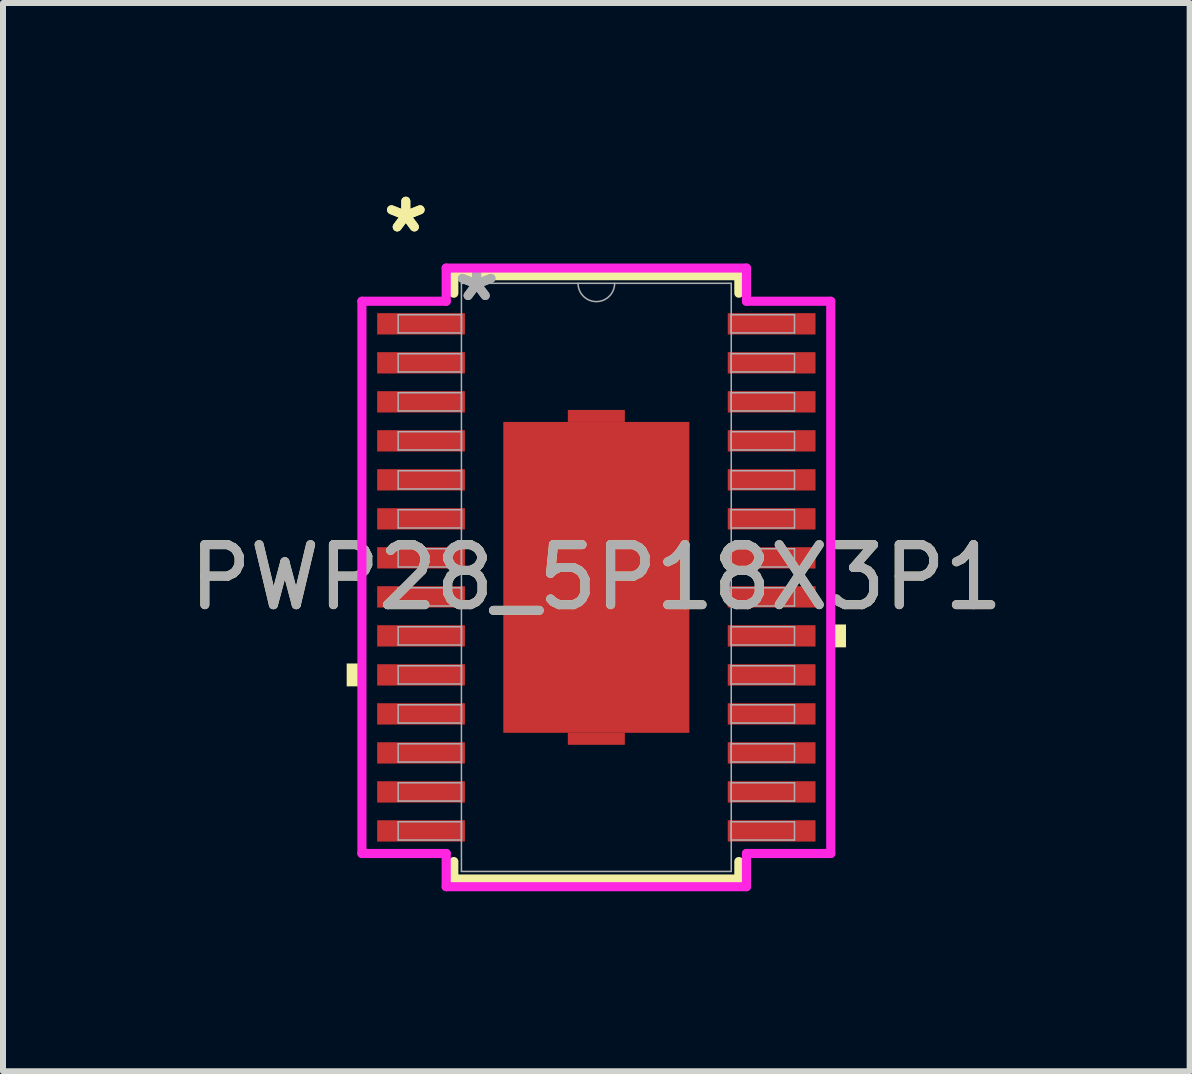
<source format=kicad_pcb>
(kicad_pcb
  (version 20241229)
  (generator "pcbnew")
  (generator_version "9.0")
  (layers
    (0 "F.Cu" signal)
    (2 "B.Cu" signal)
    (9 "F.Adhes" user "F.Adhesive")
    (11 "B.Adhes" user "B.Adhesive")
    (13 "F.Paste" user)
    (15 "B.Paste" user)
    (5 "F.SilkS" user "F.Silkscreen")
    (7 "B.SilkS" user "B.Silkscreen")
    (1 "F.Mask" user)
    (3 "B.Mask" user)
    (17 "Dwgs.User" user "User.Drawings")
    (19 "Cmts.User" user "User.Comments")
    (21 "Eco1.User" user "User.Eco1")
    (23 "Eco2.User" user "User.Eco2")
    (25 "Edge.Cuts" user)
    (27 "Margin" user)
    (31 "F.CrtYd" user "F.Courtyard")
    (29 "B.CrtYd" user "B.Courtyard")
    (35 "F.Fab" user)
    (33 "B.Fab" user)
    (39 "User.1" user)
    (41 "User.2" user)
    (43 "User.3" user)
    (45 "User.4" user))
  (footprint "PWP28_5P18X3P1"
    (layer "F.Cu")
    (at 6.887 6.571)
    (property "Reference" "PWP28_5P18X3P1" (at 0 0 0) (unlocked yes) (layer "F.SilkS") (effects (font (size 1 1) (thickness 0.15))))
    (attr smd)
    (fp_poly (pts (xy -0.475 -2.59) (xy -0.475 -2.79) (xy 0.475 -2.79) (xy 0.475 -2.59)) (stroke (width 0) (type solid)) (fill yes) (layer "F.Cu"))
    (fp_poly (pts (xy -0.475 2.59) (xy -0.475 2.79) (xy 0.475 2.79) (xy 0.475 2.59)) (stroke (width 0) (type solid)) (fill yes) (layer "F.Cu"))
    (fp_poly (pts (xy -0.475 -2.59) (xy -0.475 -2.79) (xy 0.475 -2.79) (xy 0.475 -2.59)) (stroke (width 0) (type solid)) (fill yes) (layer "F.Mask"))
    (fp_poly (pts (xy -0.475 2.59) (xy -0.475 2.79) (xy 0.475 2.79) (xy 0.475 2.59)) (stroke (width 0) (type solid)) (fill yes) (layer "F.Mask"))
    (fp_line (start -2.375 -5.027) (end -2.375 -4.735) (stroke (width 0.152) (type solid)) (layer "F.SilkS"))
    (fp_line (start -2.375 4.735) (end -2.375 5.027) (stroke (width 0.152) (type solid)) (layer "F.SilkS"))
    (fp_line (start -2.375 5.027) (end 2.375 5.027) (stroke (width 0.152) (type solid)) (layer "F.SilkS"))
    (fp_line (start 2.375 -5.027) (end -2.375 -5.027) (stroke (width 0.152) (type solid)) (layer "F.SilkS"))
    (fp_line (start 2.375 -4.735) (end 2.375 -5.027) (stroke (width 0.152) (type solid)) (layer "F.SilkS"))
    (fp_line (start 2.375 5.027) (end 2.375 4.735) (stroke (width 0.152) (type solid)) (layer "F.SilkS"))
    (fp_poly (pts (xy -4.16 1.435) (xy -4.16 1.816) (xy -3.906 1.816) (xy -3.906 1.435)) (stroke (width 0) (type solid)) (fill yes) (layer "F.SilkS"))
    (fp_poly (pts (xy 4.16 0.785) (xy 4.16 1.166) (xy 3.906 1.166) (xy 3.906 0.785)) (stroke (width 0) (type solid)) (fill yes) (layer "F.SilkS"))
    (fp_poly (pts (xy -1.45 -2.49) (xy -1.45 -1.395) (xy -0.1 -1.395) (xy -0.1 -2.49)) (stroke (width 0) (type solid)) (fill yes) (layer "F.Paste"))
    (fp_poly (pts (xy -1.45 -1.195) (xy -1.45 -0.1) (xy -0.1 -0.1) (xy -0.1 -1.195)) (stroke (width 0) (type solid)) (fill yes) (layer "F.Paste"))
    (fp_poly (pts (xy -1.45 0.1) (xy -1.45 1.195) (xy -0.1 1.195) (xy -0.1 0.1)) (stroke (width 0) (type solid)) (fill yes) (layer "F.Paste"))
    (fp_poly (pts (xy -1.45 1.395) (xy -1.45 2.49) (xy -0.1 2.49) (xy -0.1 1.395)) (stroke (width 0) (type solid)) (fill yes) (layer "F.Paste"))
    (fp_poly (pts (xy 0.1 -2.49) (xy 0.1 -1.395) (xy 1.45 -1.395) (xy 1.45 -2.49)) (stroke (width 0) (type solid)) (fill yes) (layer "F.Paste"))
    (fp_poly (pts (xy 0.1 -1.195) (xy 0.1 -0.1) (xy 1.45 -0.1) (xy 1.45 -1.195)) (stroke (width 0) (type solid)) (fill yes) (layer "F.Paste"))
    (fp_poly (pts (xy 0.1 0.1) (xy 0.1 1.195) (xy 1.45 1.195) (xy 1.45 0.1)) (stroke (width 0) (type solid)) (fill yes) (layer "F.Paste"))
    (fp_poly (pts (xy 0.1 1.395) (xy 0.1 2.49) (xy 1.45 2.49) (xy 1.45 1.395)) (stroke (width 0) (type solid)) (fill yes) (layer "F.Paste"))
    (fp_line (start -3.906 -4.601) (end -2.502 -4.601) (stroke (width 0.152) (type solid)) (layer "F.CrtYd"))
    (fp_line (start -3.906 4.601) (end -3.906 -4.601) (stroke (width 0.152) (type solid)) (layer "F.CrtYd"))
    (fp_line (start -3.906 4.601) (end -2.502 4.601) (stroke (width 0.152) (type solid)) (layer "F.CrtYd"))
    (fp_line (start -2.502 -5.154) (end 2.502 -5.154) (stroke (width 0.152) (type solid)) (layer "F.CrtYd"))
    (fp_line (start -2.502 -4.601) (end -2.502 -5.154) (stroke (width 0.152) (type solid)) (layer "F.CrtYd"))
    (fp_line (start -2.502 5.154) (end -2.502 4.601) (stroke (width 0.152) (type solid)) (layer "F.CrtYd"))
    (fp_line (start 2.502 -5.154) (end 2.502 -4.601) (stroke (width 0.152) (type solid)) (layer "F.CrtYd"))
    (fp_line (start 2.502 4.601) (end 2.502 5.154) (stroke (width 0.152) (type solid)) (layer "F.CrtYd"))
    (fp_line (start 2.502 5.154) (end -2.502 5.154) (stroke (width 0.152) (type solid)) (layer "F.CrtYd"))
    (fp_line (start 3.906 -4.601) (end 2.502 -4.601) (stroke (width 0.152) (type solid)) (layer "F.CrtYd"))
    (fp_line (start 3.906 -4.601) (end 3.906 4.601) (stroke (width 0.152) (type solid)) (layer "F.CrtYd"))
    (fp_line (start 3.906 4.601) (end 2.502 4.601) (stroke (width 0.152) (type solid)) (layer "F.CrtYd"))
    (fp_line (start -3.302 -4.377) (end -3.302 -4.073) (stroke (width 0.025) (type solid)) (layer "F.Fab"))
    (fp_line (start -3.302 -4.073) (end -2.248 -4.073) (stroke (width 0.025) (type solid)) (layer "F.Fab"))
    (fp_line (start -3.302 -3.727) (end -3.302 -3.423) (stroke (width 0.025) (type solid)) (layer "F.Fab"))
    (fp_line (start -3.302 -3.423) (end -2.248 -3.423) (stroke (width 0.025) (type solid)) (layer "F.Fab"))
    (fp_line (start -3.302 -3.077) (end -3.302 -2.773) (stroke (width 0.025) (type solid)) (layer "F.Fab"))
    (fp_line (start -3.302 -2.773) (end -2.248 -2.773) (stroke (width 0.025) (type solid)) (layer "F.Fab"))
    (fp_line (start -3.302 -2.427) (end -3.302 -2.123) (stroke (width 0.025) (type solid)) (layer "F.Fab"))
    (fp_line (start -3.302 -2.123) (end -2.248 -2.123) (stroke (width 0.025) (type solid)) (layer "F.Fab"))
    (fp_line (start -3.302 -1.777) (end -3.302 -1.473) (stroke (width 0.025) (type solid)) (layer "F.Fab"))
    (fp_line (start -3.302 -1.473) (end -2.248 -1.473) (stroke (width 0.025) (type solid)) (layer "F.Fab"))
    (fp_line (start -3.302 -1.127) (end -3.302 -0.823) (stroke (width 0.025) (type solid)) (layer "F.Fab"))
    (fp_line (start -3.302 -0.823) (end -2.248 -0.823) (stroke (width 0.025) (type solid)) (layer "F.Fab"))
    (fp_line (start -3.302 -0.477) (end -3.302 -0.173) (stroke (width 0.025) (type solid)) (layer "F.Fab"))
    (fp_line (start -3.302 -0.173) (end -2.248 -0.173) (stroke (width 0.025) (type solid)) (layer "F.Fab"))
    (fp_line (start -3.302 0.173) (end -3.302 0.477) (stroke (width 0.025) (type solid)) (layer "F.Fab"))
    (fp_line (start -3.302 0.477) (end -2.248 0.477) (stroke (width 0.025) (type solid)) (layer "F.Fab"))
    (fp_line (start -3.302 0.823) (end -3.302 1.127) (stroke (width 0.025) (type solid)) (layer "F.Fab"))
    (fp_line (start -3.302 1.127) (end -2.248 1.127) (stroke (width 0.025) (type solid)) (layer "F.Fab"))
    (fp_line (start -3.302 1.473) (end -3.302 1.777) (stroke (width 0.025) (type solid)) (layer "F.Fab"))
    (fp_line (start -3.302 1.777) (end -2.248 1.777) (stroke (width 0.025) (type solid)) (layer "F.Fab"))
    (fp_line (start -3.302 2.123) (end -3.302 2.427) (stroke (width 0.025) (type solid)) (layer "F.Fab"))
    (fp_line (start -3.302 2.427) (end -2.248 2.427) (stroke (width 0.025) (type solid)) (layer "F.Fab"))
    (fp_line (start -3.302 2.773) (end -3.302 3.077) (stroke (width 0.025) (type solid)) (layer "F.Fab"))
    (fp_line (start -3.302 3.077) (end -2.248 3.077) (stroke (width 0.025) (type solid)) (layer "F.Fab"))
    (fp_line (start -3.302 3.423) (end -3.302 3.727) (stroke (width 0.025) (type solid)) (layer "F.Fab"))
    (fp_line (start -3.302 3.727) (end -2.248 3.727) (stroke (width 0.025) (type solid)) (layer "F.Fab"))
    (fp_line (start -3.302 4.073) (end -3.302 4.377) (stroke (width 0.025) (type solid)) (layer "F.Fab"))
    (fp_line (start -3.302 4.377) (end -2.248 4.377) (stroke (width 0.025) (type solid)) (layer "F.Fab"))
    (fp_line (start -2.248 -4.9) (end -2.248 4.9) (stroke (width 0.025) (type solid)) (layer "F.Fab"))
    (fp_line (start -2.248 -4.377) (end -3.302 -4.377) (stroke (width 0.025) (type solid)) (layer "F.Fab"))
    (fp_line (start -2.248 -4.073) (end -2.248 -4.377) (stroke (width 0.025) (type solid)) (layer "F.Fab"))
    (fp_line (start -2.248 -3.727) (end -3.302 -3.727) (stroke (width 0.025) (type solid)) (layer "F.Fab"))
    (fp_line (start -2.248 -3.423) (end -2.248 -3.727) (stroke (width 0.025) (type solid)) (layer "F.Fab"))
    (fp_line (start -2.248 -3.077) (end -3.302 -3.077) (stroke (width 0.025) (type solid)) (layer "F.Fab"))
    (fp_line (start -2.248 -2.773) (end -2.248 -3.077) (stroke (width 0.025) (type solid)) (layer "F.Fab"))
    (fp_line (start -2.248 -2.427) (end -3.302 -2.427) (stroke (width 0.025) (type solid)) (layer "F.Fab"))
    (fp_line (start -2.248 -2.123) (end -2.248 -2.427) (stroke (width 0.025) (type solid)) (layer "F.Fab"))
    (fp_line (start -2.248 -1.777) (end -3.302 -1.777) (stroke (width 0.025) (type solid)) (layer "F.Fab"))
    (fp_line (start -2.248 -1.473) (end -2.248 -1.777) (stroke (width 0.025) (type solid)) (layer "F.Fab"))
    (fp_line (start -2.248 -1.127) (end -3.302 -1.127) (stroke (width 0.025) (type solid)) (layer "F.Fab"))
    (fp_line (start -2.248 -0.823) (end -2.248 -1.127) (stroke (width 0.025) (type solid)) (layer "F.Fab"))
    (fp_line (start -2.248 -0.477) (end -3.302 -0.477) (stroke (width 0.025) (type solid)) (layer "F.Fab"))
    (fp_line (start -2.248 -0.173) (end -2.248 -0.477) (stroke (width 0.025) (type solid)) (layer "F.Fab"))
    (fp_line (start -2.248 0.173) (end -3.302 0.173) (stroke (width 0.025) (type solid)) (layer "F.Fab"))
    (fp_line (start -2.248 0.477) (end -2.248 0.173) (stroke (width 0.025) (type solid)) (layer "F.Fab"))
    (fp_line (start -2.248 0.823) (end -3.302 0.823) (stroke (width 0.025) (type solid)) (layer "F.Fab"))
    (fp_line (start -2.248 1.127) (end -2.248 0.823) (stroke (width 0.025) (type solid)) (layer "F.Fab"))
    (fp_line (start -2.248 1.473) (end -3.302 1.473) (stroke (width 0.025) (type solid)) (layer "F.Fab"))
    (fp_line (start -2.248 1.777) (end -2.248 1.473) (stroke (width 0.025) (type solid)) (layer "F.Fab"))
    (fp_line (start -2.248 2.123) (end -3.302 2.123) (stroke (width 0.025) (type solid)) (layer "F.Fab"))
    (fp_line (start -2.248 2.427) (end -2.248 2.123) (stroke (width 0.025) (type solid)) (layer "F.Fab"))
    (fp_line (start -2.248 2.773) (end -3.302 2.773) (stroke (width 0.025) (type solid)) (layer "F.Fab"))
    (fp_line (start -2.248 3.077) (end -2.248 2.773) (stroke (width 0.025) (type solid)) (layer "F.Fab"))
    (fp_line (start -2.248 3.423) (end -3.302 3.423) (stroke (width 0.025) (type solid)) (layer "F.Fab"))
    (fp_line (start -2.248 3.727) (end -2.248 3.423) (stroke (width 0.025) (type solid)) (layer "F.Fab"))
    (fp_line (start -2.248 4.073) (end -3.302 4.073) (stroke (width 0.025) (type solid)) (layer "F.Fab"))
    (fp_line (start -2.248 4.377) (end -2.248 4.073) (stroke (width 0.025) (type solid)) (layer "F.Fab"))
    (fp_line (start -2.248 4.9) (end 2.248 4.9) (stroke (width 0.025) (type solid)) (layer "F.Fab"))
    (fp_line (start 2.248 -4.9) (end -2.248 -4.9) (stroke (width 0.025) (type solid)) (layer "F.Fab"))
    (fp_line (start 2.248 -4.377) (end 2.248 -4.073) (stroke (width 0.025) (type solid)) (layer "F.Fab"))
    (fp_line (start 2.248 -4.073) (end 3.302 -4.073) (stroke (width 0.025) (type solid)) (layer "F.Fab"))
    (fp_line (start 2.248 -3.727) (end 2.248 -3.423) (stroke (width 0.025) (type solid)) (layer "F.Fab"))
    (fp_line (start 2.248 -3.423) (end 3.302 -3.423) (stroke (width 0.025) (type solid)) (layer "F.Fab"))
    (fp_line (start 2.248 -3.077) (end 2.248 -2.773) (stroke (width 0.025) (type solid)) (layer "F.Fab"))
    (fp_line (start 2.248 -2.773) (end 3.302 -2.773) (stroke (width 0.025) (type solid)) (layer "F.Fab"))
    (fp_line (start 2.248 -2.427) (end 2.248 -2.123) (stroke (width 0.025) (type solid)) (layer "F.Fab"))
    (fp_line (start 2.248 -2.123) (end 3.302 -2.123) (stroke (width 0.025) (type solid)) (layer "F.Fab"))
    (fp_line (start 2.248 -1.777) (end 2.248 -1.473) (stroke (width 0.025) (type solid)) (layer "F.Fab"))
    (fp_line (start 2.248 -1.473) (end 3.302 -1.473) (stroke (width 0.025) (type solid)) (layer "F.Fab"))
    (fp_line (start 2.248 -1.127) (end 2.248 -0.823) (stroke (width 0.025) (type solid)) (layer "F.Fab"))
    (fp_line (start 2.248 -0.823) (end 3.302 -0.823) (stroke (width 0.025) (type solid)) (layer "F.Fab"))
    (fp_line (start 2.248 -0.477) (end 2.248 -0.173) (stroke (width 0.025) (type solid)) (layer "F.Fab"))
    (fp_line (start 2.248 -0.173) (end 3.302 -0.173) (stroke (width 0.025) (type solid)) (layer "F.Fab"))
    (fp_line (start 2.248 0.173) (end 2.248 0.477) (stroke (width 0.025) (type solid)) (layer "F.Fab"))
    (fp_line (start 2.248 0.477) (end 3.302 0.477) (stroke (width 0.025) (type solid)) (layer "F.Fab"))
    (fp_line (start 2.248 0.823) (end 2.248 1.127) (stroke (width 0.025) (type solid)) (layer "F.Fab"))
    (fp_line (start 2.248 1.127) (end 3.302 1.127) (stroke (width 0.025) (type solid)) (layer "F.Fab"))
    (fp_line (start 2.248 1.473) (end 2.248 1.777) (stroke (width 0.025) (type solid)) (layer "F.Fab"))
    (fp_line (start 2.248 1.777) (end 3.302 1.777) (stroke (width 0.025) (type solid)) (layer "F.Fab"))
    (fp_line (start 2.248 2.123) (end 2.248 2.427) (stroke (width 0.025) (type solid)) (layer "F.Fab"))
    (fp_line (start 2.248 2.427) (end 3.302 2.427) (stroke (width 0.025) (type solid)) (layer "F.Fab"))
    (fp_line (start 2.248 2.773) (end 2.248 3.077) (stroke (width 0.025) (type solid)) (layer "F.Fab"))
    (fp_line (start 2.248 3.077) (end 3.302 3.077) (stroke (width 0.025) (type solid)) (layer "F.Fab"))
    (fp_line (start 2.248 3.423) (end 2.248 3.727) (stroke (width 0.025) (type solid)) (layer "F.Fab"))
    (fp_line (start 2.248 3.727) (end 3.302 3.727) (stroke (width 0.025) (type solid)) (layer "F.Fab"))
    (fp_line (start 2.248 4.073) (end 2.248 4.377) (stroke (width 0.025) (type solid)) (layer "F.Fab"))
    (fp_line (start 2.248 4.377) (end 3.302 4.377) (stroke (width 0.025) (type solid)) (layer "F.Fab"))
    (fp_line (start 2.248 4.9) (end 2.248 -4.9) (stroke (width 0.025) (type solid)) (layer "F.Fab"))
    (fp_line (start 3.302 -4.377) (end 2.248 -4.377) (stroke (width 0.025) (type solid)) (layer "F.Fab"))
    (fp_line (start 3.302 -4.073) (end 3.302 -4.377) (stroke (width 0.025) (type solid)) (layer "F.Fab"))
    (fp_line (start 3.302 -3.727) (end 2.248 -3.727) (stroke (width 0.025) (type solid)) (layer "F.Fab"))
    (fp_line (start 3.302 -3.423) (end 3.302 -3.727) (stroke (width 0.025) (type solid)) (layer "F.Fab"))
    (fp_line (start 3.302 -3.077) (end 2.248 -3.077) (stroke (width 0.025) (type solid)) (layer "F.Fab"))
    (fp_line (start 3.302 -2.773) (end 3.302 -3.077) (stroke (width 0.025) (type solid)) (layer "F.Fab"))
    (fp_line (start 3.302 -2.427) (end 2.248 -2.427) (stroke (width 0.025) (type solid)) (layer "F.Fab"))
    (fp_line (start 3.302 -2.123) (end 3.302 -2.427) (stroke (width 0.025) (type solid)) (layer "F.Fab"))
    (fp_line (start 3.302 -1.777) (end 2.248 -1.777) (stroke (width 0.025) (type solid)) (layer "F.Fab"))
    (fp_line (start 3.302 -1.473) (end 3.302 -1.777) (stroke (width 0.025) (type solid)) (layer "F.Fab"))
    (fp_line (start 3.302 -1.127) (end 2.248 -1.127) (stroke (width 0.025) (type solid)) (layer "F.Fab"))
    (fp_line (start 3.302 -0.823) (end 3.302 -1.127) (stroke (width 0.025) (type solid)) (layer "F.Fab"))
    (fp_line (start 3.302 -0.477) (end 2.248 -0.477) (stroke (width 0.025) (type solid)) (layer "F.Fab"))
    (fp_line (start 3.302 -0.173) (end 3.302 -0.477) (stroke (width 0.025) (type solid)) (layer "F.Fab"))
    (fp_line (start 3.302 0.173) (end 2.248 0.173) (stroke (width 0.025) (type solid)) (layer "F.Fab"))
    (fp_line (start 3.302 0.477) (end 3.302 0.173) (stroke (width 0.025) (type solid)) (layer "F.Fab"))
    (fp_line (start 3.302 0.823) (end 2.248 0.823) (stroke (width 0.025) (type solid)) (layer "F.Fab"))
    (fp_line (start 3.302 1.127) (end 3.302 0.823) (stroke (width 0.025) (type solid)) (layer "F.Fab"))
    (fp_line (start 3.302 1.473) (end 2.248 1.473) (stroke (width 0.025) (type solid)) (layer "F.Fab"))
    (fp_line (start 3.302 1.777) (end 3.302 1.473) (stroke (width 0.025) (type solid)) (layer "F.Fab"))
    (fp_line (start 3.302 2.123) (end 2.248 2.123) (stroke (width 0.025) (type solid)) (layer "F.Fab"))
    (fp_line (start 3.302 2.427) (end 3.302 2.123) (stroke (width 0.025) (type solid)) (layer "F.Fab"))
    (fp_line (start 3.302 2.773) (end 2.248 2.773) (stroke (width 0.025) (type solid)) (layer "F.Fab"))
    (fp_line (start 3.302 3.077) (end 3.302 2.773) (stroke (width 0.025) (type solid)) (layer "F.Fab"))
    (fp_line (start 3.302 3.423) (end 2.248 3.423) (stroke (width 0.025) (type solid)) (layer "F.Fab"))
    (fp_line (start 3.302 3.727) (end 3.302 3.423) (stroke (width 0.025) (type solid)) (layer "F.Fab"))
    (fp_line (start 3.302 4.073) (end 2.248 4.073) (stroke (width 0.025) (type solid)) (layer "F.Fab"))
    (fp_line (start 3.302 4.377) (end 3.302 4.073) (stroke (width 0.025) (type solid)) (layer "F.Fab"))
    (fp_arc (start 0.3048 -4.900003) (mid 0 -4.595203) (end -0.3048 -4.900003) (stroke (width 0.0254) (type solid)) (layer "F.Fab"))
    (fp_text user "*" (at -3.175 -5.723 0) (layer "F.SilkS") (effects (font (size 1 1) (thickness 0.15))))
    (fp_text user "*" (at -3.175 -5.723 0) (unlocked yes) (layer "F.SilkS") (effects (font (size 1 1) (thickness 0.15))))
    (fp_text user "${REFERENCE}" (at 0 0 0) (unlocked yes) (layer "F.Fab") (effects (font (size 1 1) (thickness 0.15))))
    (fp_text user "*" (at -1.994 -4.58 0) (layer "F.Fab") (effects (font (size 1 1) (thickness 0.15))))
    (fp_text user "*" (at -1.994 -4.58 0) (unlocked yes) (layer "F.Fab") (effects (font (size 1 1) (thickness 0.15))))
    (pad "1" smd rect (at -2.921 -4.225) (size 1.462 0.355) (layers "F.Cu" "F.Mask" "F.Paste"))
    (pad "2" smd rect (at -2.921 -3.575) (size 1.462 0.355) (layers "F.Cu" "F.Mask" "F.Paste"))
    (pad "3" smd rect (at -2.921 -2.925) (size 1.462 0.355) (layers "F.Cu" "F.Mask" "F.Paste"))
    (pad "4" smd rect (at -2.921 -2.275) (size 1.462 0.355) (layers "F.Cu" "F.Mask" "F.Paste"))
    (pad "5" smd rect (at -2.921 -1.625) (size 1.462 0.355) (layers "F.Cu" "F.Mask" "F.Paste"))
    (pad "6" smd rect (at -2.921 -0.975) (size 1.462 0.355) (layers "F.Cu" "F.Mask" "F.Paste"))
    (pad "7" smd rect (at -2.921 -0.325) (size 1.462 0.355) (layers "F.Cu" "F.Mask" "F.Paste"))
    (pad "8" smd rect (at -2.921 0.325) (size 1.462 0.355) (layers "F.Cu" "F.Mask" "F.Paste"))
    (pad "9" smd rect (at -2.921 0.975) (size 1.462 0.355) (layers "F.Cu" "F.Mask" "F.Paste"))
    (pad "10" smd rect (at -2.921 1.625) (size 1.462 0.355) (layers "F.Cu" "F.Mask" "F.Paste"))
    (pad "11" smd rect (at -2.921 2.275) (size 1.462 0.355) (layers "F.Cu" "F.Mask" "F.Paste"))
    (pad "12" smd rect (at -2.921 2.925) (size 1.462 0.355) (layers "F.Cu" "F.Mask" "F.Paste"))
    (pad "13" smd rect (at -2.921 3.575) (size 1.462 0.355) (layers "F.Cu" "F.Mask" "F.Paste"))
    (pad "14" smd rect (at -2.921 4.225) (size 1.462 0.355) (layers "F.Cu" "F.Mask" "F.Paste"))
    (pad "15" smd rect (at 2.921 4.225) (size 1.462 0.355) (layers "F.Cu" "F.Mask" "F.Paste"))
    (pad "16" smd rect (at 2.921 3.575) (size 1.462 0.355) (layers "F.Cu" "F.Mask" "F.Paste"))
    (pad "17" smd rect (at 2.921 2.925) (size 1.462 0.355) (layers "F.Cu" "F.Mask" "F.Paste"))
    (pad "18" smd rect (at 2.921 2.275) (size 1.462 0.355) (layers "F.Cu" "F.Mask" "F.Paste"))
    (pad "19" smd rect (at 2.921 1.625) (size 1.462 0.355) (layers "F.Cu" "F.Mask" "F.Paste"))
    (pad "20" smd rect (at 2.921 0.975) (size 1.462 0.355) (layers "F.Cu" "F.Mask" "F.Paste"))
    (pad "21" smd rect (at 2.921 0.325) (size 1.462 0.355) (layers "F.Cu" "F.Mask" "F.Paste"))
    (pad "22" smd rect (at 2.921 -0.325) (size 1.462 0.355) (layers "F.Cu" "F.Mask" "F.Paste"))
    (pad "23" smd rect (at 2.921 -0.975) (size 1.462 0.355) (layers "F.Cu" "F.Mask" "F.Paste"))
    (pad "24" smd rect (at 2.921 -1.625) (size 1.462 0.355) (layers "F.Cu" "F.Mask" "F.Paste"))
    (pad "25" smd rect (at 2.921 -2.275) (size 1.462 0.355) (layers "F.Cu" "F.Mask" "F.Paste"))
    (pad "26" smd rect (at 2.921 -2.925) (size 1.462 0.355) (layers "F.Cu" "F.Mask" "F.Paste"))
    (pad "27" smd rect (at 2.921 -3.575) (size 1.462 0.355) (layers "F.Cu" "F.Mask" "F.Paste"))
    (pad "28" smd rect (at 2.921 -4.225) (size 1.462 0.355) (layers "F.Cu" "F.Mask" "F.Paste"))
    (pad "29" smd rect (at 0 0) (size 3.1 5.18) (layers "F.Cu" "F.Mask" "F.Paste")))
  (gr_rect
    (start -3 -3)
    (end 16.774 14.801)
    (stroke (width 0.1) (type default))
    (fill no)
    (layer "Edge.Cuts")))
</source>
